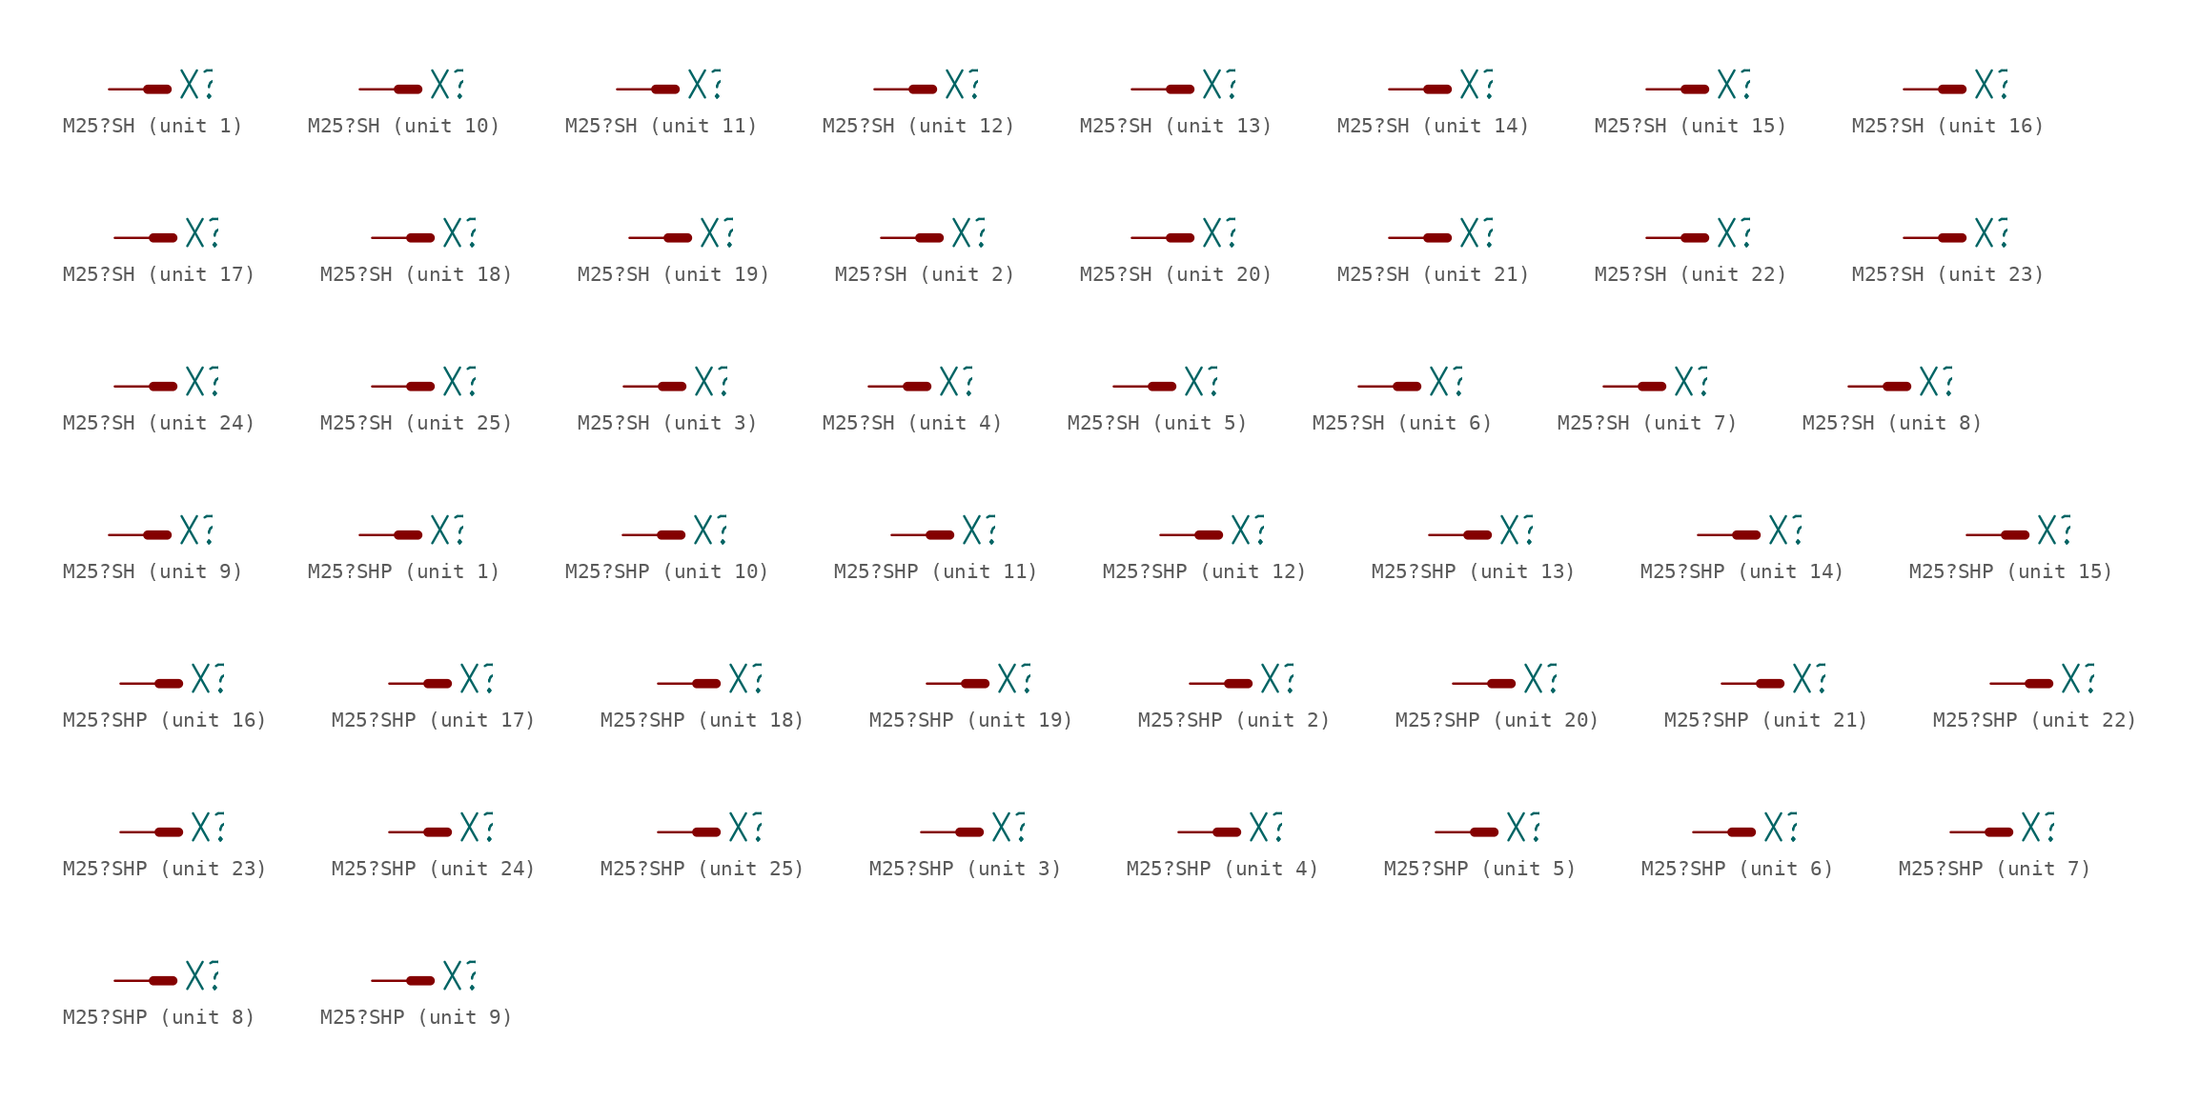
<source format=kicad_sym>
(kicad_symbol_lib
  (version 20220914)
  (generator kicad_symbol_editor)
  (symbol "M25?SH"
    (property "Reference" "X"
      (at 1.905 -0.762 0)
      (effects (font (size 1.778 1.511)) (justify left bottom)))
    (property "ki_locked" ""
      (at 0 0 0)
      (effects (font (size 1.27 1.27))))
    (symbol "M25?SH_1_0"
      (polyline (pts (xy 0 0) (xy 1.27 0)) (stroke (width 0.61) (type solid)) (fill (type none)))
      (pin passive line (at -2.54 0 0) (length 2.54) (name "M" (effects (font (size 0 0)))) (number "1" (effects (font (size 0 0))))))
    (symbol "M25?SH_2_0"
      (polyline (pts (xy 0 0) (xy 1.27 0)) (stroke (width 0.61) (type solid)) (fill (type none)))
      (pin passive line (at -2.54 0 0) (length 2.54) (name "M" (effects (font (size 0 0)))) (number "2" (effects (font (size 0 0))))))
    (symbol "M25?SH_3_0"
      (polyline (pts (xy 0 0) (xy 1.27 0)) (stroke (width 0.61) (type solid)) (fill (type none)))
      (pin passive line (at -2.54 0 0) (length 2.54) (name "M" (effects (font (size 0 0)))) (number "3" (effects (font (size 0 0))))))
    (symbol "M25?SH_4_0"
      (polyline (pts (xy 0 0) (xy 1.27 0)) (stroke (width 0.61) (type solid)) (fill (type none)))
      (pin passive line (at -2.54 0 0) (length 2.54) (name "M" (effects (font (size 0 0)))) (number "4" (effects (font (size 0 0))))))
    (symbol "M25?SH_5_0"
      (polyline (pts (xy 0 0) (xy 1.27 0)) (stroke (width 0.61) (type solid)) (fill (type none)))
      (pin passive line (at -2.54 0 0) (length 2.54) (name "M" (effects (font (size 0 0)))) (number "5" (effects (font (size 0 0))))))
    (symbol "M25?SH_6_0"
      (polyline (pts (xy 0 0) (xy 1.27 0)) (stroke (width 0.61) (type solid)) (fill (type none)))
      (pin passive line (at -2.54 0 0) (length 2.54) (name "M" (effects (font (size 0 0)))) (number "6" (effects (font (size 0 0))))))
    (symbol "M25?SH_7_0"
      (polyline (pts (xy 0 0) (xy 1.27 0)) (stroke (width 0.61) (type solid)) (fill (type none)))
      (pin passive line (at -2.54 0 0) (length 2.54) (name "M" (effects (font (size 0 0)))) (number "7" (effects (font (size 0 0))))))
    (symbol "M25?SH_8_0"
      (polyline (pts (xy 0 0) (xy 1.27 0)) (stroke (width 0.61) (type solid)) (fill (type none)))
      (pin passive line (at -2.54 0 0) (length 2.54) (name "M" (effects (font (size 0 0)))) (number "8" (effects (font (size 0 0))))))
    (symbol "M25?SH_9_0"
      (polyline (pts (xy 0 0) (xy 1.27 0)) (stroke (width 0.61) (type solid)) (fill (type none)))
      (pin passive line (at -2.54 0 0) (length 2.54) (name "M" (effects (font (size 0 0)))) (number "9" (effects (font (size 0 0))))))
    (symbol "M25?SH_10_0"
      (polyline (pts (xy 0 0) (xy 1.27 0)) (stroke (width 0.61) (type solid)) (fill (type none)))
      (pin passive line (at -2.54 0 0) (length 2.54) (name "M" (effects (font (size 0 0)))) (number "10" (effects (font (size 0 0))))))
    (symbol "M25?SH_11_0"
      (polyline (pts (xy 0 0) (xy 1.27 0)) (stroke (width 0.61) (type solid)) (fill (type none)))
      (pin passive line (at -2.54 0 0) (length 2.54) (name "M" (effects (font (size 0 0)))) (number "11" (effects (font (size 0 0))))))
    (symbol "M25?SH_12_0"
      (polyline (pts (xy 0 0) (xy 1.27 0)) (stroke (width 0.61) (type solid)) (fill (type none)))
      (pin passive line (at -2.54 0 0) (length 2.54) (name "M" (effects (font (size 0 0)))) (number "12" (effects (font (size 0 0))))))
    (symbol "M25?SH_13_0"
      (polyline (pts (xy 0 0) (xy 1.27 0)) (stroke (width 0.61) (type solid)) (fill (type none)))
      (pin passive line (at -2.54 0 0) (length 2.54) (name "M" (effects (font (size 0 0)))) (number "13" (effects (font (size 0 0))))))
    (symbol "M25?SH_14_0"
      (polyline (pts (xy 0 0) (xy 1.27 0)) (stroke (width 0.61) (type solid)) (fill (type none)))
      (pin passive line (at -2.54 0 0) (length 2.54) (name "M" (effects (font (size 0 0)))) (number "14" (effects (font (size 0 0))))))
    (symbol "M25?SH_15_0"
      (polyline (pts (xy 0 0) (xy 1.27 0)) (stroke (width 0.61) (type solid)) (fill (type none)))
      (pin passive line (at -2.54 0 0) (length 2.54) (name "M" (effects (font (size 0 0)))) (number "15" (effects (font (size 0 0))))))
    (symbol "M25?SH_16_0"
      (polyline (pts (xy 0 0) (xy 1.27 0)) (stroke (width 0.61) (type solid)) (fill (type none)))
      (pin passive line (at -2.54 0 0) (length 2.54) (name "M" (effects (font (size 0 0)))) (number "16" (effects (font (size 0 0))))))
    (symbol "M25?SH_17_0"
      (polyline (pts (xy 0 0) (xy 1.27 0)) (stroke (width 0.61) (type solid)) (fill (type none)))
      (pin passive line (at -2.54 0 0) (length 2.54) (name "M" (effects (font (size 0 0)))) (number "17" (effects (font (size 0 0))))))
    (symbol "M25?SH_18_0"
      (polyline (pts (xy 0 0) (xy 1.27 0)) (stroke (width 0.61) (type solid)) (fill (type none)))
      (pin passive line (at -2.54 0 0) (length 2.54) (name "M" (effects (font (size 0 0)))) (number "18" (effects (font (size 0 0))))))
    (symbol "M25?SH_19_0"
      (polyline (pts (xy 0 0) (xy 1.27 0)) (stroke (width 0.61) (type solid)) (fill (type none)))
      (pin passive line (at -2.54 0 0) (length 2.54) (name "M" (effects (font (size 0 0)))) (number "19" (effects (font (size 0 0))))))
    (symbol "M25?SH_20_0"
      (polyline (pts (xy 0 0) (xy 1.27 0)) (stroke (width 0.61) (type solid)) (fill (type none)))
      (pin passive line (at -2.54 0 0) (length 2.54) (name "M" (effects (font (size 0 0)))) (number "20" (effects (font (size 0 0))))))
    (symbol "M25?SH_21_0"
      (polyline (pts (xy 0 0) (xy 1.27 0)) (stroke (width 0.61) (type solid)) (fill (type none)))
      (pin passive line (at -2.54 0 0) (length 2.54) (name "M" (effects (font (size 0 0)))) (number "21" (effects (font (size 0 0))))))
    (symbol "M25?SH_22_0"
      (polyline (pts (xy 0 0) (xy 1.27 0)) (stroke (width 0.61) (type solid)) (fill (type none)))
      (pin passive line (at -2.54 0 0) (length 2.54) (name "M" (effects (font (size 0 0)))) (number "22" (effects (font (size 0 0))))))
    (symbol "M25?SH_23_0"
      (polyline (pts (xy 0 0) (xy 1.27 0)) (stroke (width 0.61) (type solid)) (fill (type none)))
      (pin passive line (at -2.54 0 0) (length 2.54) (name "M" (effects (font (size 0 0)))) (number "23" (effects (font (size 0 0))))))
    (symbol "M25?SH_24_0"
      (polyline (pts (xy 0 0) (xy 1.27 0)) (stroke (width 0.61) (type solid)) (fill (type none)))
      (pin passive line (at -2.54 0 0) (length 2.54) (name "M" (effects (font (size 0 0)))) (number "24" (effects (font (size 0 0))))))
    (symbol "M25?SH_25_0"
      (polyline (pts (xy 0 0) (xy 1.27 0)) (stroke (width 0.61) (type solid)) (fill (type none)))
      (pin passive line (at -2.54 0 0) (length 2.54) (name "M" (effects (font (size 0 0)))) (number "25" (effects (font (size 0 0)))))))
  (symbol "M25?SHP"
    (property "Reference" "X"
      (at 1.905 -0.762 0)
      (effects (font (size 1.778 1.511)) (justify left bottom)))
    (property "ki_locked" ""
      (at 0 0 0)
      (effects (font (size 1.27 1.27))))
    (symbol "M25?SHP_1_0"
      (polyline (pts (xy 0 0) (xy 1.27 0)) (stroke (width 0.61) (type solid)) (fill (type none)))
      (pin passive line (at -2.54 0 0) (length 2.54) (name "M" (effects (font (size 0 0)))) (number "1" (effects (font (size 0 0))))))
    (symbol "M25?SHP_2_0"
      (polyline (pts (xy 0 0) (xy 1.27 0)) (stroke (width 0.61) (type solid)) (fill (type none)))
      (pin passive line (at -2.54 0 0) (length 2.54) (name "M" (effects (font (size 0 0)))) (number "2" (effects (font (size 0 0))))))
    (symbol "M25?SHP_3_0"
      (polyline (pts (xy 0 0) (xy 1.27 0)) (stroke (width 0.61) (type solid)) (fill (type none)))
      (pin passive line (at -2.54 0 0) (length 2.54) (name "M" (effects (font (size 0 0)))) (number "3" (effects (font (size 0 0))))))
    (symbol "M25?SHP_4_0"
      (polyline (pts (xy 0 0) (xy 1.27 0)) (stroke (width 0.61) (type solid)) (fill (type none)))
      (pin passive line (at -2.54 0 0) (length 2.54) (name "M" (effects (font (size 0 0)))) (number "4" (effects (font (size 0 0))))))
    (symbol "M25?SHP_5_0"
      (polyline (pts (xy 0 0) (xy 1.27 0)) (stroke (width 0.61) (type solid)) (fill (type none)))
      (pin passive line (at -2.54 0 0) (length 2.54) (name "M" (effects (font (size 0 0)))) (number "5" (effects (font (size 0 0))))))
    (symbol "M25?SHP_6_0"
      (polyline (pts (xy 0 0) (xy 1.27 0)) (stroke (width 0.61) (type solid)) (fill (type none)))
      (pin passive line (at -2.54 0 0) (length 2.54) (name "M" (effects (font (size 0 0)))) (number "6" (effects (font (size 0 0))))))
    (symbol "M25?SHP_7_0"
      (polyline (pts (xy 0 0) (xy 1.27 0)) (stroke (width 0.61) (type solid)) (fill (type none)))
      (pin passive line (at -2.54 0 0) (length 2.54) (name "M" (effects (font (size 0 0)))) (number "7" (effects (font (size 0 0))))))
    (symbol "M25?SHP_8_0"
      (polyline (pts (xy 0 0) (xy 1.27 0)) (stroke (width 0.61) (type solid)) (fill (type none)))
      (pin passive line (at -2.54 0 0) (length 2.54) (name "M" (effects (font (size 0 0)))) (number "8" (effects (font (size 0 0))))))
    (symbol "M25?SHP_9_0"
      (polyline (pts (xy 0 0) (xy 1.27 0)) (stroke (width 0.61) (type solid)) (fill (type none)))
      (pin passive line (at -2.54 0 0) (length 2.54) (name "M" (effects (font (size 0 0)))) (number "9" (effects (font (size 0 0))))))
    (symbol "M25?SHP_10_0"
      (polyline (pts (xy 0 0) (xy 1.27 0)) (stroke (width 0.61) (type solid)) (fill (type none)))
      (pin passive line (at -2.54 0 0) (length 2.54) (name "M" (effects (font (size 0 0)))) (number "10" (effects (font (size 0 0))))))
    (symbol "M25?SHP_11_0"
      (polyline (pts (xy 0 0) (xy 1.27 0)) (stroke (width 0.61) (type solid)) (fill (type none)))
      (pin passive line (at -2.54 0 0) (length 2.54) (name "M" (effects (font (size 0 0)))) (number "11" (effects (font (size 0 0))))))
    (symbol "M25?SHP_12_0"
      (polyline (pts (xy 0 0) (xy 1.27 0)) (stroke (width 0.61) (type solid)) (fill (type none)))
      (pin passive line (at -2.54 0 0) (length 2.54) (name "M" (effects (font (size 0 0)))) (number "12" (effects (font (size 0 0))))))
    (symbol "M25?SHP_13_0"
      (polyline (pts (xy 0 0) (xy 1.27 0)) (stroke (width 0.61) (type solid)) (fill (type none)))
      (pin passive line (at -2.54 0 0) (length 2.54) (name "M" (effects (font (size 0 0)))) (number "13" (effects (font (size 0 0))))))
    (symbol "M25?SHP_14_0"
      (polyline (pts (xy 0 0) (xy 1.27 0)) (stroke (width 0.61) (type solid)) (fill (type none)))
      (pin passive line (at -2.54 0 0) (length 2.54) (name "M" (effects (font (size 0 0)))) (number "14" (effects (font (size 0 0))))))
    (symbol "M25?SHP_15_0"
      (polyline (pts (xy 0 0) (xy 1.27 0)) (stroke (width 0.61) (type solid)) (fill (type none)))
      (pin passive line (at -2.54 0 0) (length 2.54) (name "M" (effects (font (size 0 0)))) (number "15" (effects (font (size 0 0))))))
    (symbol "M25?SHP_16_0"
      (polyline (pts (xy 0 0) (xy 1.27 0)) (stroke (width 0.61) (type solid)) (fill (type none)))
      (pin passive line (at -2.54 0 0) (length 2.54) (name "M" (effects (font (size 0 0)))) (number "16" (effects (font (size 0 0))))))
    (symbol "M25?SHP_17_0"
      (polyline (pts (xy 0 0) (xy 1.27 0)) (stroke (width 0.61) (type solid)) (fill (type none)))
      (pin passive line (at -2.54 0 0) (length 2.54) (name "M" (effects (font (size 0 0)))) (number "17" (effects (font (size 0 0))))))
    (symbol "M25?SHP_18_0"
      (polyline (pts (xy 0 0) (xy 1.27 0)) (stroke (width 0.61) (type solid)) (fill (type none)))
      (pin passive line (at -2.54 0 0) (length 2.54) (name "M" (effects (font (size 0 0)))) (number "18" (effects (font (size 0 0))))))
    (symbol "M25?SHP_19_0"
      (polyline (pts (xy 0 0) (xy 1.27 0)) (stroke (width 0.61) (type solid)) (fill (type none)))
      (pin passive line (at -2.54 0 0) (length 2.54) (name "M" (effects (font (size 0 0)))) (number "19" (effects (font (size 0 0))))))
    (symbol "M25?SHP_20_0"
      (polyline (pts (xy 0 0) (xy 1.27 0)) (stroke (width 0.61) (type solid)) (fill (type none)))
      (pin passive line (at -2.54 0 0) (length 2.54) (name "M" (effects (font (size 0 0)))) (number "20" (effects (font (size 0 0))))))
    (symbol "M25?SHP_21_0"
      (polyline (pts (xy 0 0) (xy 1.27 0)) (stroke (width 0.61) (type solid)) (fill (type none)))
      (pin passive line (at -2.54 0 0) (length 2.54) (name "M" (effects (font (size 0 0)))) (number "21" (effects (font (size 0 0))))))
    (symbol "M25?SHP_22_0"
      (polyline (pts (xy 0 0) (xy 1.27 0)) (stroke (width 0.61) (type solid)) (fill (type none)))
      (pin passive line (at -2.54 0 0) (length 2.54) (name "M" (effects (font (size 0 0)))) (number "22" (effects (font (size 0 0))))))
    (symbol "M25?SHP_23_0"
      (polyline (pts (xy 0 0) (xy 1.27 0)) (stroke (width 0.61) (type solid)) (fill (type none)))
      (pin passive line (at -2.54 0 0) (length 2.54) (name "M" (effects (font (size 0 0)))) (number "23" (effects (font (size 0 0))))))
    (symbol "M25?SHP_24_0"
      (polyline (pts (xy 0 0) (xy 1.27 0)) (stroke (width 0.61) (type solid)) (fill (type none)))
      (pin passive line (at -2.54 0 0) (length 2.54) (name "M" (effects (font (size 0 0)))) (number "24" (effects (font (size 0 0))))))
    (symbol "M25?SHP_25_0"
      (polyline (pts (xy 0 0) (xy 1.27 0)) (stroke (width 0.61) (type solid)) (fill (type none)))
      (pin passive line (at -2.54 0 0) (length 2.54) (name "M" (effects (font (size 0 0)))) (number "25" (effects (font (size 0 0))))))))
</source>
